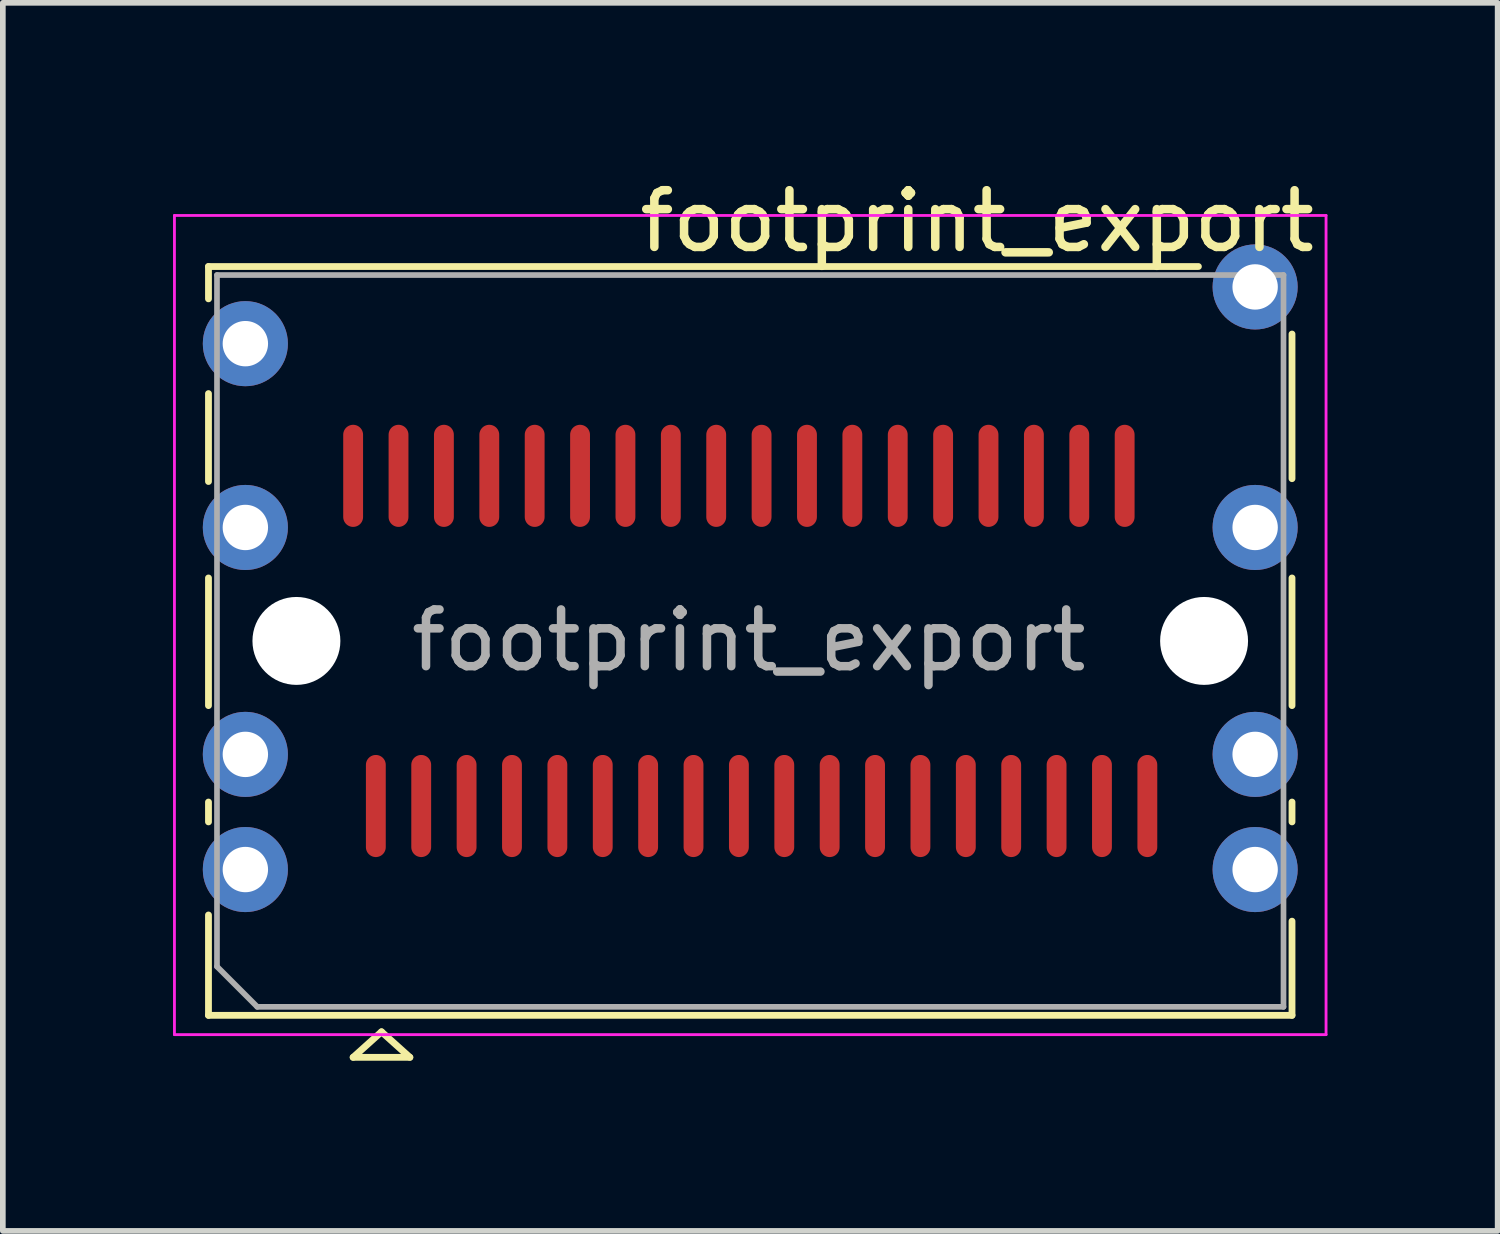
<source format=kicad_pcb>
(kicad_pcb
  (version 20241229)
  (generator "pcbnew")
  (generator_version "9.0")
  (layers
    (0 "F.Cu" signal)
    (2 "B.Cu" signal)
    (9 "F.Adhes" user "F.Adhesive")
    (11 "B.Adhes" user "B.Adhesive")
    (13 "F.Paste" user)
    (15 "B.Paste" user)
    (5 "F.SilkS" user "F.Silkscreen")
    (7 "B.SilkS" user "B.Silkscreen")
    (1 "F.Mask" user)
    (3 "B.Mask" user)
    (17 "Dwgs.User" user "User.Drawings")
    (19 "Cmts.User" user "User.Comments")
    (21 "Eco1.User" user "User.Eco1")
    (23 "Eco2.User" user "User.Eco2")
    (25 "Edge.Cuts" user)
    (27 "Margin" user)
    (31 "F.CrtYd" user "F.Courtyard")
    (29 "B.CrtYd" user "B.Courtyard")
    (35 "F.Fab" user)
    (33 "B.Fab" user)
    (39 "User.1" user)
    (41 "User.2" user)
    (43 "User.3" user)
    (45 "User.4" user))
  (footprint "footprint_export"
    (layer "F.Cu")
    (at 10.175 8.248)
    (property "Reference" "footprint_export" (at 4 -7.4 0) (layer "F.SilkS") (effects (font (size 1 1) (thickness 0.15))))
    (attr smd)
    (fp_line (start -9.55 -6.6) (end -9.55 -6.03) (stroke (width 0.12) (type solid)) (layer "F.SilkS"))
    (fp_line (start -9.55 -4.36) (end -9.55 -2.81) (stroke (width 0.12) (type solid)) (layer "F.SilkS"))
    (fp_line (start -9.55 -1.11) (end -9.55 1.14) (stroke (width 0.12) (type solid)) (layer "F.SilkS"))
    (fp_line (start -9.55 2.84) (end -9.55 3.19) (stroke (width 0.12) (type solid)) (layer "F.SilkS"))
    (fp_line (start -9.55 4.831) (end -9.55 6.6) (stroke (width 0.12) (type solid)) (layer "F.SilkS"))
    (fp_line (start -9.55 6.6) (end 9.55 6.6) (stroke (width 0.12) (type solid)) (layer "F.SilkS"))
    (fp_line (start -7 7.34) (end -6 7.34) (stroke (width 0.12) (type solid)) (layer "F.SilkS"))
    (fp_line (start -6.5 6.89) (end -7 7.34) (stroke (width 0.12) (type solid)) (layer "F.SilkS"))
    (fp_line (start -6 7.34) (end -6.5 6.89) (stroke (width 0.12) (type solid)) (layer "F.SilkS"))
    (fp_line (start 7.9 -6.6) (end -9.55 -6.6) (stroke (width 0.12) (type solid)) (layer "F.SilkS"))
    (fp_line (start 9.55 -5.41) (end 9.55 -2.86) (stroke (width 0.12) (type solid)) (layer "F.SilkS"))
    (fp_line (start 9.55 -1.11) (end 9.55 1.14) (stroke (width 0.12) (type solid)) (layer "F.SilkS"))
    (fp_line (start 9.55 2.84) (end 9.55 3.19) (stroke (width 0.12) (type solid)) (layer "F.SilkS"))
    (fp_line (start 9.55 4.94) (end 9.55 6.6) (stroke (width 0.12) (type solid)) (layer "F.SilkS"))
    (fp_line (start -10.15 -7.5) (end -10.15 6.94) (stroke (width 0.05) (type solid)) (layer "F.CrtYd"))
    (fp_line (start -10.15 -7.5) (end 10.15 -7.5) (stroke (width 0.05) (type solid)) (layer "F.CrtYd"))
    (fp_line (start 10.15 6.94) (end -10.15 6.94) (stroke (width 0.05) (type solid)) (layer "F.CrtYd"))
    (fp_line (start 10.15 6.94) (end 10.15 -7.5) (stroke (width 0.05) (type solid)) (layer "F.CrtYd"))
    (fp_line (start -9.4 -6.45) (end -9.4 5.74) (stroke (width 0.1) (type solid)) (layer "F.Fab"))
    (fp_line (start -9.4 5.74) (end -8.69 6.45) (stroke (width 0.1) (type solid)) (layer "F.Fab"))
    (fp_line (start -8.69 6.45) (end 9.4 6.45) (stroke (width 0.1) (type solid)) (layer "F.Fab"))
    (fp_line (start 9.4 -6.45) (end -9.4 -6.45) (stroke (width 0.1) (type solid)) (layer "F.Fab"))
    (fp_line (start 9.4 6.45) (end 9.4 -6.45) (stroke (width 0.1) (type solid)) (layer "F.Fab"))
    (fp_text user "${REFERENCE}" (at -0.025 -0.01 0) (layer "F.Fab") (effects (font (size 1 1) (thickness 0.15))))
    (pad "" np_thru_hole circle (at -8 0) (size 1.55 1.55) (drill 1.55) (layers "*.Mask" "B.Cu"))
    (pad "" np_thru_hole circle (at 8 0) (size 1.55 1.55) (drill 1.55) (layers "*.Mask" "B.Cu"))
    (pad "1" thru_hole circle (at -8.9 -5.24) (size 1.5 1.5) (drill 0.8) (layers "*.Cu" "*.Mask"))
    (pad "2" thru_hole circle (at -8.9 -2) (size 1.5 1.5) (drill 0.8) (layers "*.Cu" "*.Mask"))
    (pad "3" thru_hole circle (at -8.9 2) (size 1.5 1.5) (drill 0.8) (layers "*.Cu" "*.Mask"))
    (pad "4" thru_hole circle (at -8.9 4.03) (size 1.5 1.5) (drill 0.8) (layers "*.Cu" "*.Mask"))
    (pad "5" thru_hole circle (at 8.9 -6.24) (size 1.5 1.5) (drill 0.8) (layers "*.Cu" "*.Mask"))
    (pad "6" thru_hole circle (at 8.9 -2) (size 1.5 1.5) (drill 0.8) (layers "*.Cu" "*.Mask"))
    (pad "7" thru_hole circle (at 8.9 2) (size 1.5 1.5) (drill 0.8) (layers "*.Cu" "*.Mask"))
    (pad "8" thru_hole circle (at 8.9 4.03) (size 1.5 1.5) (drill 0.8) (layers "*.Cu" "*.Mask"))
    (pad "A1" smd oval (at -6.6 2.91) (size 0.35 1.8) (layers "F.Cu" "F.Mask" "F.Paste"))
    (pad "A2" smd oval (at -5.8 2.91) (size 0.35 1.8) (layers "F.Cu" "F.Mask" "F.Paste"))
    (pad "A3" smd oval (at -5 2.91) (size 0.35 1.8) (layers "F.Cu" "F.Mask" "F.Paste"))
    (pad "A4" smd oval (at -4.2 2.91) (size 0.35 1.8) (layers "F.Cu" "F.Mask" "F.Paste"))
    (pad "A5" smd oval (at -3.4 2.91) (size 0.35 1.8) (layers "F.Cu" "F.Mask" "F.Paste"))
    (pad "A6" smd oval (at -2.6 2.91) (size 0.35 1.8) (layers "F.Cu" "F.Mask" "F.Paste"))
    (pad "A7" smd oval (at -1.8 2.91) (size 0.35 1.8) (layers "F.Cu" "F.Mask" "F.Paste"))
    (pad "A8" smd oval (at -1 2.91) (size 0.35 1.8) (layers "F.Cu" "F.Mask" "F.Paste"))
    (pad "A9" smd oval (at -0.2 2.91) (size 0.35 1.8) (layers "F.Cu" "F.Mask" "F.Paste"))
    (pad "A10" smd oval (at 0.6 2.91) (size 0.35 1.8) (layers "F.Cu" "F.Mask" "F.Paste"))
    (pad "A11" smd oval (at 1.4 2.91) (size 0.35 1.8) (layers "F.Cu" "F.Mask" "F.Paste"))
    (pad "A12" smd oval (at 2.2 2.91) (size 0.35 1.8) (layers "F.Cu" "F.Mask" "F.Paste"))
    (pad "A13" smd oval (at 3 2.91) (size 0.35 1.8) (layers "F.Cu" "F.Mask" "F.Paste"))
    (pad "A14" smd oval (at 3.8 2.91) (size 0.35 1.8) (layers "F.Cu" "F.Mask" "F.Paste"))
    (pad "A15" smd oval (at 4.6 2.91) (size 0.35 1.8) (layers "F.Cu" "F.Mask" "F.Paste"))
    (pad "A16" smd oval (at 5.4 2.91) (size 0.35 1.8) (layers "F.Cu" "F.Mask" "F.Paste"))
    (pad "A17" smd oval (at 6.2 2.91) (size 0.35 1.8) (layers "F.Cu" "F.Mask" "F.Paste"))
    (pad "A18" smd oval (at 7 2.91) (size 0.35 1.8) (layers "F.Cu" "F.Mask" "F.Paste"))
    (pad "B1" smd oval (at -7 -2.91) (size 0.35 1.8) (layers "F.Cu" "F.Mask" "F.Paste"))
    (pad "B2" smd oval (at -6.2 -2.91) (size 0.35 1.8) (layers "F.Cu" "F.Mask" "F.Paste"))
    (pad "B3" smd oval (at -5.4 -2.91) (size 0.35 1.8) (layers "F.Cu" "F.Mask" "F.Paste"))
    (pad "B4" smd oval (at -4.6 -2.91) (size 0.35 1.8) (layers "F.Cu" "F.Mask" "F.Paste"))
    (pad "B5" smd oval (at -3.8 -2.91) (size 0.35 1.8) (layers "F.Cu" "F.Mask" "F.Paste"))
    (pad "B6" smd oval (at -3 -2.91) (size 0.35 1.8) (layers "F.Cu" "F.Mask" "F.Paste"))
    (pad "B7" smd oval (at -2.2 -2.91) (size 0.35 1.8) (layers "F.Cu" "F.Mask" "F.Paste"))
    (pad "B8" smd oval (at -1.4 -2.91) (size 0.35 1.8) (layers "F.Cu" "F.Mask" "F.Paste"))
    (pad "B9" smd oval (at -0.6 -2.91) (size 0.35 1.8) (layers "F.Cu" "F.Mask" "F.Paste"))
    (pad "B10" smd oval (at 0.2 -2.91) (size 0.35 1.8) (layers "F.Cu" "F.Mask" "F.Paste"))
    (pad "B11" smd oval (at 1 -2.91) (size 0.35 1.8) (layers "F.Cu" "F.Mask" "F.Paste"))
    (pad "B12" smd oval (at 1.8 -2.91) (size 0.35 1.8) (layers "F.Cu" "F.Mask" "F.Paste"))
    (pad "B13" smd oval (at 2.6 -2.91) (size 0.35 1.8) (layers "F.Cu" "F.Mask" "F.Paste"))
    (pad "B14" smd oval (at 3.4 -2.91) (size 0.35 1.8) (layers "F.Cu" "F.Mask" "F.Paste"))
    (pad "B15" smd oval (at 4.2 -2.91) (size 0.35 1.8) (layers "F.Cu" "F.Mask" "F.Paste"))
    (pad "B16" smd oval (at 5 -2.91) (size 0.35 1.8) (layers "F.Cu" "F.Mask" "F.Paste"))
    (pad "B17" smd oval (at 5.8 -2.91) (size 0.35 1.8) (layers "F.Cu" "F.Mask" "F.Paste"))
    (pad "B18" smd oval (at 6.6 -2.91) (size 0.35 1.8) (layers "F.Cu" "F.Mask" "F.Paste")))
  (gr_rect
    (start -3 -3)
    (end 23.35 18.648)
    (stroke (width 0.1) (type default))
    (fill no)
    (layer "Edge.Cuts")))
</source>
